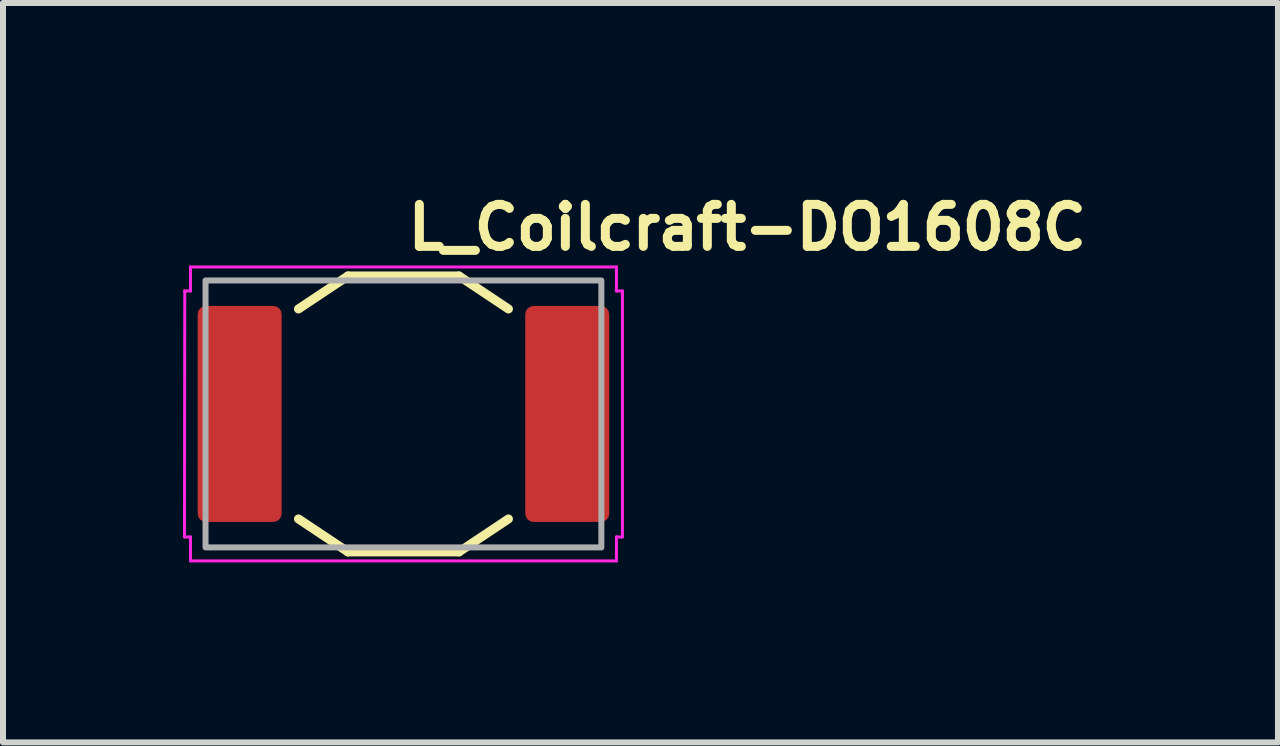
<source format=kicad_pcb>
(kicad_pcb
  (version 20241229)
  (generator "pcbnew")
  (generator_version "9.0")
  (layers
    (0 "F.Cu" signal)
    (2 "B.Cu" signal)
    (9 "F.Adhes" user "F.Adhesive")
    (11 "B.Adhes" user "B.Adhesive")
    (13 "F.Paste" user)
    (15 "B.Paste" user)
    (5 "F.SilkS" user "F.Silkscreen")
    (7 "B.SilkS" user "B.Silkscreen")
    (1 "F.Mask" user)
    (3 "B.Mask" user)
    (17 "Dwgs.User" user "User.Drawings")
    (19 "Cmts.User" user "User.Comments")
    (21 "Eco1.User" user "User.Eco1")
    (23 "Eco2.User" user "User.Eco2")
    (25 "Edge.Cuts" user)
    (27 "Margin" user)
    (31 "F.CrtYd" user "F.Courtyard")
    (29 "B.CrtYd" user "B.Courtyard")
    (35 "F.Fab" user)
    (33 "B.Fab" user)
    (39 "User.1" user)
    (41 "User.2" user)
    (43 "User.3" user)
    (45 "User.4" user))
  (footprint "L_Coilcraft-DO1608C"
    (layer "F.Cu")
    (at 3.675 3.85)
    (property "Reference" "L_Coilcraft-DO1608C" (at 0 -2.7 0) (layer "F.SilkS") (effects (font (size 0.7 0.7) (thickness 0.15)) (justify left bottom)))
    (attr smd)
    (fp_line (start -1.75 -1.75) (end -0.925 -2.3) (stroke (width 0.15) (type solid)) (layer "F.SilkS"))
    (fp_line (start -1.75 1.75) (end -0.925 2.3) (stroke (width 0.15) (type solid)) (layer "F.SilkS"))
    (fp_line (start -0.925 -2.3) (end 0.925 -2.3) (stroke (width 0.15) (type solid)) (layer "F.SilkS"))
    (fp_line (start 0.925 2.3) (end -0.925 2.3) (stroke (width 0.15) (type solid)) (layer "F.SilkS"))
    (fp_line (start 1.75 -1.75) (end 0.925 -2.3) (stroke (width 0.15) (type solid)) (layer "F.SilkS"))
    (fp_line (start 1.75 1.75) (end 0.925 2.3) (stroke (width 0.15) (type solid)) (layer "F.SilkS"))
    (fp_line (start -3.65 2.05) (end -3.55 2.05) (stroke (width 0.05) (type solid)) (layer "F.CrtYd"))
    (fp_line (start -3.645 -2.05) (end -3.65 2.05) (stroke (width 0.05) (type solid)) (layer "F.CrtYd"))
    (fp_line (start -3.55 -2.45) (end -3.55 -2.05) (stroke (width 0.05) (type solid)) (layer "F.CrtYd"))
    (fp_line (start -3.55 -2.45) (end 3.55 -2.45) (stroke (width 0.05) (type solid)) (layer "F.CrtYd"))
    (fp_line (start -3.55 -2.05) (end -3.65 -2.05) (stroke (width 0.05) (type solid)) (layer "F.CrtYd"))
    (fp_line (start -3.55 2.45) (end -3.55 2.05) (stroke (width 0.05) (type solid)) (layer "F.CrtYd"))
    (fp_line (start 3.55 -2.45) (end 3.55 -2.05) (stroke (width 0.05) (type solid)) (layer "F.CrtYd"))
    (fp_line (start 3.55 2.05) (end 3.65 2.05) (stroke (width 0.05) (type solid)) (layer "F.CrtYd"))
    (fp_line (start 3.55 2.45) (end -3.55 2.45) (stroke (width 0.05) (type solid)) (layer "F.CrtYd"))
    (fp_line (start 3.55 2.45) (end 3.55 2.05) (stroke (width 0.05) (type solid)) (layer "F.CrtYd"))
    (fp_line (start 3.65 -2.05) (end 3.55 -2.05) (stroke (width 0.05) (type solid)) (layer "F.CrtYd"))
    (fp_line (start 3.65 2.05) (end 3.65 -2.05) (stroke (width 0.05) (type solid)) (layer "F.CrtYd"))
    (fp_rect (start -3.299 -2.225) (end 3.299 2.225) (stroke (width 0.1) (type solid)) (fill no) (layer "F.Fab"))
    (fp_rect (start -3.299 -2.225) (end 3.299 2.225) (stroke (width 0.1) (type solid)) (fill no) (layer "User.5"))
    (fp_line (start -3.299 -0.64) (end -2.279 -1.312) (stroke (width 0.02) (type solid)) (layer "User.9"))
    (fp_line (start -3.299 0.64) (end -3.299 -0.64) (stroke (width 0.02) (type solid)) (layer "User.9"))
    (fp_line (start -2.279 -1.307) (end -0.89 -2.225) (stroke (width 0.02) (type solid)) (layer "User.9"))
    (fp_line (start -2.279 1.312) (end -3.299 0.64) (stroke (width 0.02) (type solid)) (layer "User.9"))
    (fp_line (start -2.279 1.312) (end -2.279 -1.312) (stroke (width 0.02) (type solid)) (layer "User.9"))
    (fp_line (start -1.97 0) (end -1.965 0.131) (stroke (width 0.02) (type solid)) (layer "User.9"))
    (fp_line (start -1.969 -0.061) (end -1.97 0) (stroke (width 0.02) (type solid)) (layer "User.9"))
    (fp_line (start -1.966 -0.123) (end -1.969 -0.061) (stroke (width 0.02) (type solid)) (layer "User.9"))
    (fp_line (start -1.965 -0.131) (end -1.968 -0.065) (stroke (width 0.02) (type solid)) (layer "User.9"))
    (fp_line (start -1.965 0.131) (end -1.952 0.26) (stroke (width 0.02) (type solid)) (layer "User.9"))
    (fp_line (start -1.961 -0.184) (end -1.966 -0.123) (stroke (width 0.02) (type solid)) (layer "User.9"))
    (fp_line (start -1.96 -0.196) (end -1.965 -0.131) (stroke (width 0.02) (type solid)) (layer "User.9"))
    (fp_line (start -1.954 -0.246) (end -1.961 -0.184) (stroke (width 0.02) (type solid)) (layer "User.9"))
    (fp_line (start -1.952 -0.26) (end -1.96 -0.196) (stroke (width 0.02) (type solid)) (layer "User.9"))
    (fp_line (start -1.952 0.26) (end -1.931 0.388) (stroke (width 0.02) (type solid)) (layer "User.9"))
    (fp_line (start -1.945 -0.306) (end -1.954 -0.246) (stroke (width 0.02) (type solid)) (layer "User.9"))
    (fp_line (start -1.943 -0.325) (end -1.952 -0.26) (stroke (width 0.02) (type solid)) (layer "User.9"))
    (fp_line (start -1.935 -0.367) (end -1.945 -0.306) (stroke (width 0.02) (type solid)) (layer "User.9"))
    (fp_line (start -1.931 -0.388) (end -1.943 -0.325) (stroke (width 0.02) (type solid)) (layer "User.9"))
    (fp_line (start -1.931 0.388) (end -1.901 0.514) (stroke (width 0.02) (type solid)) (layer "User.9"))
    (fp_line (start -1.923 -0.427) (end -1.935 -0.367) (stroke (width 0.02) (type solid)) (layer "User.9"))
    (fp_line (start -1.917 -0.451) (end -1.931 -0.388) (stroke (width 0.02) (type solid)) (layer "User.9"))
    (fp_line (start -1.908 -0.487) (end -1.923 -0.427) (stroke (width 0.02) (type solid)) (layer "User.9"))
    (fp_line (start -1.901 -0.514) (end -1.917 -0.451) (stroke (width 0.02) (type solid)) (layer "User.9"))
    (fp_line (start -1.901 0.514) (end -1.864 0.636) (stroke (width 0.02) (type solid)) (layer "User.9"))
    (fp_line (start -1.892 -0.546) (end -1.908 -0.487) (stroke (width 0.02) (type solid)) (layer "User.9"))
    (fp_line (start -1.884 -0.575) (end -1.901 -0.514) (stroke (width 0.02) (type solid)) (layer "User.9"))
    (fp_line (start -1.874 -0.605) (end -1.892 -0.546) (stroke (width 0.02) (type solid)) (layer "User.9"))
    (fp_line (start -1.864 -0.636) (end -1.884 -0.575) (stroke (width 0.02) (type solid)) (layer "User.9"))
    (fp_line (start -1.864 0.636) (end -1.819 0.756) (stroke (width 0.02) (type solid)) (layer "User.9"))
    (fp_line (start -1.854 -0.663) (end -1.874 -0.605) (stroke (width 0.02) (type solid)) (layer "User.9"))
    (fp_line (start -1.842 -0.696) (end -1.864 -0.636) (stroke (width 0.02) (type solid)) (layer "User.9"))
    (fp_line (start -1.833 -0.721) (end -1.854 -0.663) (stroke (width 0.02) (type solid)) (layer "User.9"))
    (fp_line (start -1.819 -0.756) (end -1.842 -0.696) (stroke (width 0.02) (type solid)) (layer "User.9"))
    (fp_line (start -1.819 0.756) (end -1.766 0.872) (stroke (width 0.02) (type solid)) (layer "User.9"))
    (fp_line (start -1.809 -0.778) (end -1.833 -0.721) (stroke (width 0.02) (type solid)) (layer "User.9"))
    (fp_line (start -1.793 -0.814) (end -1.819 -0.756) (stroke (width 0.02) (type solid)) (layer "User.9"))
    (fp_line (start -1.784 -0.834) (end -1.809 -0.778) (stroke (width 0.02) (type solid)) (layer "User.9"))
    (fp_line (start -1.766 -0.872) (end -1.793 -0.814) (stroke (width 0.02) (type solid)) (layer "User.9"))
    (fp_line (start -1.766 0.872) (end -1.706 0.985) (stroke (width 0.02) (type solid)) (layer "User.9"))
    (fp_line (start -1.757 -0.889) (end -1.784 -0.834) (stroke (width 0.02) (type solid)) (layer "User.9"))
    (fp_line (start -1.737 -0.929) (end -1.766 -0.872) (stroke (width 0.02) (type solid)) (layer "User.9"))
    (fp_line (start -1.728 -0.944) (end -1.757 -0.889) (stroke (width 0.02) (type solid)) (layer "User.9"))
    (fp_line (start -1.706 -0.985) (end -1.737 -0.929) (stroke (width 0.02) (type solid)) (layer "User.9"))
    (fp_line (start -1.706 0.985) (end -1.638 1.093) (stroke (width 0.02) (type solid)) (layer "User.9"))
    (fp_line (start -1.679 -1.029) (end -1.728 -0.944) (stroke (width 0.02) (type solid)) (layer "User.9"))
    (fp_line (start -1.673 -1.039) (end -1.706 -0.985) (stroke (width 0.02) (type solid)) (layer "User.9"))
    (fp_line (start -1.638 -1.093) (end -1.673 -1.039) (stroke (width 0.02) (type solid)) (layer "User.9"))
    (fp_line (start -1.638 1.093) (end -1.564 1.197) (stroke (width 0.02) (type solid)) (layer "User.9"))
    (fp_line (start -1.627 -1.11) (end -1.679 -1.029) (stroke (width 0.02) (type solid)) (layer "User.9"))
    (fp_line (start -1.602 -1.145) (end -1.638 -1.093) (stroke (width 0.02) (type solid)) (layer "User.9"))
    (fp_line (start -1.57 -1.189) (end -1.627 -1.11) (stroke (width 0.02) (type solid)) (layer "User.9"))
    (fp_line (start -1.564 -1.197) (end -1.602 -1.145) (stroke (width 0.02) (type solid)) (layer "User.9"))
    (fp_line (start -1.564 1.197) (end -1.483 1.296) (stroke (width 0.02) (type solid)) (layer "User.9"))
    (fp_line (start -1.524 -1.247) (end -1.564 -1.197) (stroke (width 0.02) (type solid)) (layer "User.9"))
    (fp_line (start -1.51 -1.265) (end -1.57 -1.189) (stroke (width 0.02) (type solid)) (layer "User.9"))
    (fp_line (start -1.483 -1.296) (end -1.524 -1.247) (stroke (width 0.02) (type solid)) (layer "User.9"))
    (fp_line (start -1.483 1.296) (end -1.396 1.39) (stroke (width 0.02) (type solid)) (layer "User.9"))
    (fp_line (start -1.446 -1.337) (end -1.51 -1.265) (stroke (width 0.02) (type solid)) (layer "User.9"))
    (fp_line (start -1.44 -1.343) (end -1.483 -1.296) (stroke (width 0.02) (type solid)) (layer "User.9"))
    (fp_line (start -1.396 -1.39) (end -1.44 -1.343) (stroke (width 0.02) (type solid)) (layer "User.9"))
    (fp_line (start -1.396 1.39) (end -1.302 1.478) (stroke (width 0.02) (type solid)) (layer "User.9"))
    (fp_line (start -1.379 -1.406) (end -1.446 -1.337) (stroke (width 0.02) (type solid)) (layer "User.9"))
    (fp_line (start -1.349 -1.434) (end -1.396 -1.39) (stroke (width 0.02) (type solid)) (layer "User.9"))
    (fp_line (start -1.309 -1.472) (end -1.379 -1.406) (stroke (width 0.02) (type solid)) (layer "User.9"))
    (fp_line (start -1.302 -1.478) (end -1.349 -1.434) (stroke (width 0.02) (type solid)) (layer "User.9"))
    (fp_line (start -1.302 1.478) (end -1.202 1.56) (stroke (width 0.02) (type solid)) (layer "User.9"))
    (fp_line (start -1.253 -1.52) (end -1.302 -1.478) (stroke (width 0.02) (type solid)) (layer "User.9"))
    (fp_line (start -1.235 -1.534) (end -1.309 -1.472) (stroke (width 0.02) (type solid)) (layer "User.9"))
    (fp_line (start -1.202 -1.56) (end -1.253 -1.52) (stroke (width 0.02) (type solid)) (layer "User.9"))
    (fp_line (start -1.202 1.56) (end -1.096 1.636) (stroke (width 0.02) (type solid)) (layer "User.9"))
    (fp_line (start -1.159 -1.592) (end -1.235 -1.534) (stroke (width 0.02) (type solid)) (layer "User.9"))
    (fp_line (start -1.15 -1.599) (end -1.202 -1.56) (stroke (width 0.02) (type solid)) (layer "User.9"))
    (fp_line (start -1.096 -1.636) (end -1.15 -1.599) (stroke (width 0.02) (type solid)) (layer "User.9"))
    (fp_line (start -1.096 1.636) (end -0.985 1.706) (stroke (width 0.02) (type solid)) (layer "User.9"))
    (fp_line (start -1.08 -1.647) (end -1.159 -1.592) (stroke (width 0.02) (type solid)) (layer "User.9"))
    (fp_line (start -1.041 -1.672) (end -1.096 -1.636) (stroke (width 0.02) (type solid)) (layer "User.9"))
    (fp_line (start -0.998 -1.698) (end -1.08 -1.647) (stroke (width 0.02) (type solid)) (layer "User.9"))
    (fp_line (start -0.985 -1.706) (end -1.041 -1.672) (stroke (width 0.02) (type solid)) (layer "User.9"))
    (fp_line (start -0.985 1.706) (end -0.869 1.767) (stroke (width 0.02) (type solid)) (layer "User.9"))
    (fp_line (start -0.944 1.728) (end -0.857 1.773) (stroke (width 0.02) (type solid)) (layer "User.9"))
    (fp_line (start -0.914 -1.744) (end -0.998 -1.698) (stroke (width 0.02) (type solid)) (layer "User.9"))
    (fp_line (start -0.89 -2.225) (end 0.89 -2.225) (stroke (width 0.02) (type solid)) (layer "User.9"))
    (fp_line (start -0.89 2.225) (end -2.279 1.307) (stroke (width 0.02) (type solid)) (layer "User.9"))
    (fp_line (start -0.869 -1.767) (end -0.985 -1.706) (stroke (width 0.02) (type solid)) (layer "User.9"))
    (fp_line (start -0.869 1.767) (end -0.75 1.821) (stroke (width 0.02) (type solid)) (layer "User.9"))
    (fp_line (start -0.857 1.773) (end -0.768 1.813) (stroke (width 0.02) (type solid)) (layer "User.9"))
    (fp_line (start -0.827 -1.787) (end -0.914 -1.744) (stroke (width 0.02) (type solid)) (layer "User.9"))
    (fp_line (start -0.768 1.813) (end -0.678 1.849) (stroke (width 0.02) (type solid)) (layer "User.9"))
    (fp_line (start -0.75 -1.821) (end -0.869 -1.767) (stroke (width 0.02) (type solid)) (layer "User.9"))
    (fp_line (start -0.75 1.821) (end -0.629 1.866) (stroke (width 0.02) (type solid)) (layer "User.9"))
    (fp_line (start -0.738 -1.826) (end -0.827 -1.787) (stroke (width 0.02) (type solid)) (layer "User.9"))
    (fp_line (start -0.678 1.849) (end -0.587 1.88) (stroke (width 0.02) (type solid)) (layer "User.9"))
    (fp_line (start -0.647 -1.86) (end -0.738 -1.826) (stroke (width 0.02) (type solid)) (layer "User.9"))
    (fp_line (start -0.629 -1.866) (end -0.75 -1.821) (stroke (width 0.02) (type solid)) (layer "User.9"))
    (fp_line (start -0.629 1.866) (end -0.505 1.904) (stroke (width 0.02) (type solid)) (layer "User.9"))
    (fp_line (start -0.587 1.88) (end -0.494 1.906) (stroke (width 0.02) (type solid)) (layer "User.9"))
    (fp_line (start -0.554 -1.89) (end -0.647 -1.86) (stroke (width 0.02) (type solid)) (layer "User.9"))
    (fp_line (start -0.505 -1.904) (end -0.629 -1.866) (stroke (width 0.02) (type solid)) (layer "User.9"))
    (fp_line (start -0.505 1.904) (end -0.38 1.932) (stroke (width 0.02) (type solid)) (layer "User.9"))
    (fp_line (start -0.494 1.906) (end -0.4 1.928) (stroke (width 0.02) (type solid)) (layer "User.9"))
    (fp_line (start -0.46 -1.915) (end -0.554 -1.89) (stroke (width 0.02) (type solid)) (layer "User.9"))
    (fp_line (start -0.4 1.928) (end -0.306 1.946) (stroke (width 0.02) (type solid)) (layer "User.9"))
    (fp_line (start -0.38 -1.932) (end -0.505 -1.904) (stroke (width 0.02) (type solid)) (layer "User.9"))
    (fp_line (start -0.38 1.932) (end -0.254 1.953) (stroke (width 0.02) (type solid)) (layer "User.9"))
    (fp_line (start -0.365 -1.935) (end -0.46 -1.915) (stroke (width 0.02) (type solid)) (layer "User.9"))
    (fp_line (start -0.306 1.946) (end -0.21 1.958) (stroke (width 0.02) (type solid)) (layer "User.9"))
    (fp_line (start -0.269 -1.951) (end -0.365 -1.935) (stroke (width 0.02) (type solid)) (layer "User.9"))
    (fp_line (start -0.254 -1.953) (end -0.38 -1.932) (stroke (width 0.02) (type solid)) (layer "User.9"))
    (fp_line (start -0.254 1.953) (end -0.127 1.965) (stroke (width 0.02) (type solid)) (layer "User.9"))
    (fp_line (start -0.21 1.958) (end -0.115 1.966) (stroke (width 0.02) (type solid)) (layer "User.9"))
    (fp_line (start -0.173 -1.962) (end -0.269 -1.951) (stroke (width 0.02) (type solid)) (layer "User.9"))
    (fp_line (start -0.127 -1.965) (end -0.254 -1.953) (stroke (width 0.02) (type solid)) (layer "User.9"))
    (fp_line (start -0.127 1.965) (end 0 1.97) (stroke (width 0.02) (type solid)) (layer "User.9"))
    (fp_line (start -0.115 1.966) (end -0.019 1.969) (stroke (width 0.02) (type solid)) (layer "User.9"))
    (fp_line (start -0.077 -1.968) (end -0.173 -1.962) (stroke (width 0.02) (type solid)) (layer "User.9"))
    (fp_line (start -0.019 1.969) (end 0.077 1.968) (stroke (width 0.02) (type solid)) (layer "User.9"))
    (fp_line (start 0 -1.97) (end -0.127 -1.965) (stroke (width 0.02) (type solid)) (layer "User.9"))
    (fp_line (start 0 1.97) (end 0.127 1.965) (stroke (width 0.02) (type solid)) (layer "User.9"))
    (fp_line (start 0.019 -1.969) (end -0.077 -1.968) (stroke (width 0.02) (type solid)) (layer "User.9"))
    (fp_line (start 0.077 1.968) (end 0.173 1.962) (stroke (width 0.02) (type solid)) (layer "User.9"))
    (fp_line (start 0.115 -1.966) (end 0.019 -1.969) (stroke (width 0.02) (type solid)) (layer "User.9"))
    (fp_line (start 0.127 -1.965) (end 0 -1.97) (stroke (width 0.02) (type solid)) (layer "User.9"))
    (fp_line (start 0.127 1.965) (end 0.254 1.953) (stroke (width 0.02) (type solid)) (layer "User.9"))
    (fp_line (start 0.173 1.962) (end 0.269 1.951) (stroke (width 0.02) (type solid)) (layer "User.9"))
    (fp_line (start 0.21 -1.958) (end 0.115 -1.966) (stroke (width 0.02) (type solid)) (layer "User.9"))
    (fp_line (start 0.254 -1.953) (end 0.127 -1.965) (stroke (width 0.02) (type solid)) (layer "User.9"))
    (fp_line (start 0.254 1.953) (end 0.38 1.932) (stroke (width 0.02) (type solid)) (layer "User.9"))
    (fp_line (start 0.269 1.951) (end 0.365 1.935) (stroke (width 0.02) (type solid)) (layer "User.9"))
    (fp_line (start 0.306 -1.946) (end 0.21 -1.958) (stroke (width 0.02) (type solid)) (layer "User.9"))
    (fp_line (start 0.365 1.935) (end 0.46 1.915) (stroke (width 0.02) (type solid)) (layer "User.9"))
    (fp_line (start 0.38 -1.932) (end 0.254 -1.953) (stroke (width 0.02) (type solid)) (layer "User.9"))
    (fp_line (start 0.38 1.932) (end 0.505 1.904) (stroke (width 0.02) (type solid)) (layer "User.9"))
    (fp_line (start 0.4 -1.928) (end 0.306 -1.946) (stroke (width 0.02) (type solid)) (layer "User.9"))
    (fp_line (start 0.46 1.915) (end 0.554 1.89) (stroke (width 0.02) (type solid)) (layer "User.9"))
    (fp_line (start 0.494 -1.906) (end 0.4 -1.928) (stroke (width 0.02) (type solid)) (layer "User.9"))
    (fp_line (start 0.505 -1.904) (end 0.38 -1.932) (stroke (width 0.02) (type solid)) (layer "User.9"))
    (fp_line (start 0.505 1.904) (end 0.629 1.866) (stroke (width 0.02) (type solid)) (layer "User.9"))
    (fp_line (start 0.554 1.89) (end 0.647 1.86) (stroke (width 0.02) (type solid)) (layer "User.9"))
    (fp_line (start 0.587 -1.88) (end 0.494 -1.906) (stroke (width 0.02) (type solid)) (layer "User.9"))
    (fp_line (start 0.629 -1.866) (end 0.505 -1.904) (stroke (width 0.02) (type solid)) (layer "User.9"))
    (fp_line (start 0.629 1.866) (end 0.75 1.821) (stroke (width 0.02) (type solid)) (layer "User.9"))
    (fp_line (start 0.647 1.86) (end 0.738 1.826) (stroke (width 0.02) (type solid)) (layer "User.9"))
    (fp_line (start 0.678 -1.849) (end 0.587 -1.88) (stroke (width 0.02) (type solid)) (layer "User.9"))
    (fp_line (start 0.738 1.826) (end 0.827 1.787) (stroke (width 0.02) (type solid)) (layer "User.9"))
    (fp_line (start 0.75 -1.821) (end 0.629 -1.866) (stroke (width 0.02) (type solid)) (layer "User.9"))
    (fp_line (start 0.75 1.821) (end 0.869 1.767) (stroke (width 0.02) (type solid)) (layer "User.9"))
    (fp_line (start 0.768 -1.813) (end 0.678 -1.849) (stroke (width 0.02) (type solid)) (layer "User.9"))
    (fp_line (start 0.827 1.787) (end 0.914 1.744) (stroke (width 0.02) (type solid)) (layer "User.9"))
    (fp_line (start 0.857 -1.773) (end 0.768 -1.813) (stroke (width 0.02) (type solid)) (layer "User.9"))
    (fp_line (start 0.869 -1.767) (end 0.75 -1.821) (stroke (width 0.02) (type solid)) (layer "User.9"))
    (fp_line (start 0.869 1.767) (end 0.985 1.706) (stroke (width 0.02) (type solid)) (layer "User.9"))
    (fp_line (start 0.89 -2.225) (end 2.279 -1.307) (stroke (width 0.02) (type solid)) (layer "User.9"))
    (fp_line (start 0.89 2.225) (end -0.89 2.225) (stroke (width 0.02) (type solid)) (layer "User.9"))
    (fp_line (start 0.914 1.744) (end 0.998 1.698) (stroke (width 0.02) (type solid)) (layer "User.9"))
    (fp_line (start 0.944 -1.728) (end 0.857 -1.773) (stroke (width 0.02) (type solid)) (layer "User.9"))
    (fp_line (start 0.985 -1.706) (end 0.869 -1.767) (stroke (width 0.02) (type solid)) (layer "User.9"))
    (fp_line (start 0.985 1.706) (end 1.041 1.672) (stroke (width 0.02) (type solid)) (layer "User.9"))
    (fp_line (start 0.998 1.698) (end 1.08 1.647) (stroke (width 0.02) (type solid)) (layer "User.9"))
    (fp_line (start 1.041 1.672) (end 1.096 1.636) (stroke (width 0.02) (type solid)) (layer "User.9"))
    (fp_line (start 1.08 1.647) (end 1.159 1.592) (stroke (width 0.02) (type solid)) (layer "User.9"))
    (fp_line (start 1.096 -1.636) (end 0.985 -1.706) (stroke (width 0.02) (type solid)) (layer "User.9"))
    (fp_line (start 1.096 1.636) (end 1.15 1.599) (stroke (width 0.02) (type solid)) (layer "User.9"))
    (fp_line (start 1.15 1.599) (end 1.202 1.56) (stroke (width 0.02) (type solid)) (layer "User.9"))
    (fp_line (start 1.159 1.592) (end 1.235 1.534) (stroke (width 0.02) (type solid)) (layer "User.9"))
    (fp_line (start 1.202 -1.56) (end 1.096 -1.636) (stroke (width 0.02) (type solid)) (layer "User.9"))
    (fp_line (start 1.202 1.56) (end 1.253 1.52) (stroke (width 0.02) (type solid)) (layer "User.9"))
    (fp_line (start 1.235 1.534) (end 1.309 1.472) (stroke (width 0.02) (type solid)) (layer "User.9"))
    (fp_line (start 1.253 1.52) (end 1.302 1.478) (stroke (width 0.02) (type solid)) (layer "User.9"))
    (fp_line (start 1.302 -1.478) (end 1.202 -1.56) (stroke (width 0.02) (type solid)) (layer "User.9"))
    (fp_line (start 1.302 1.478) (end 1.349 1.434) (stroke (width 0.02) (type solid)) (layer "User.9"))
    (fp_line (start 1.309 1.472) (end 1.379 1.406) (stroke (width 0.02) (type solid)) (layer "User.9"))
    (fp_line (start 1.349 1.434) (end 1.396 1.39) (stroke (width 0.02) (type solid)) (layer "User.9"))
    (fp_line (start 1.379 1.406) (end 1.446 1.337) (stroke (width 0.02) (type solid)) (layer "User.9"))
    (fp_line (start 1.396 -1.39) (end 1.302 -1.478) (stroke (width 0.02) (type solid)) (layer "User.9"))
    (fp_line (start 1.396 1.39) (end 1.44 1.343) (stroke (width 0.02) (type solid)) (layer "User.9"))
    (fp_line (start 1.44 1.343) (end 1.483 1.296) (stroke (width 0.02) (type solid)) (layer "User.9"))
    (fp_line (start 1.446 1.337) (end 1.51 1.265) (stroke (width 0.02) (type solid)) (layer "User.9"))
    (fp_line (start 1.483 -1.296) (end 1.396 -1.39) (stroke (width 0.02) (type solid)) (layer "User.9"))
    (fp_line (start 1.483 1.296) (end 1.524 1.247) (stroke (width 0.02) (type solid)) (layer "User.9"))
    (fp_line (start 1.51 1.265) (end 1.57 1.189) (stroke (width 0.02) (type solid)) (layer "User.9"))
    (fp_line (start 1.524 1.247) (end 1.564 1.197) (stroke (width 0.02) (type solid)) (layer "User.9"))
    (fp_line (start 1.564 -1.197) (end 1.483 -1.296) (stroke (width 0.02) (type solid)) (layer "User.9"))
    (fp_line (start 1.564 1.197) (end 1.602 1.145) (stroke (width 0.02) (type solid)) (layer "User.9"))
    (fp_line (start 1.57 1.189) (end 1.627 1.11) (stroke (width 0.02) (type solid)) (layer "User.9"))
    (fp_line (start 1.602 1.145) (end 1.638 1.093) (stroke (width 0.02) (type solid)) (layer "User.9"))
    (fp_line (start 1.627 1.11) (end 1.679 1.029) (stroke (width 0.02) (type solid)) (layer "User.9"))
    (fp_line (start 1.638 -1.093) (end 1.564 -1.197) (stroke (width 0.02) (type solid)) (layer "User.9"))
    (fp_line (start 1.638 1.093) (end 1.673 1.039) (stroke (width 0.02) (type solid)) (layer "User.9"))
    (fp_line (start 1.673 1.039) (end 1.706 0.985) (stroke (width 0.02) (type solid)) (layer "User.9"))
    (fp_line (start 1.679 1.029) (end 1.728 0.944) (stroke (width 0.02) (type solid)) (layer "User.9"))
    (fp_line (start 1.706 -0.985) (end 1.638 -1.093) (stroke (width 0.02) (type solid)) (layer "User.9"))
    (fp_line (start 1.706 0.985) (end 1.737 0.929) (stroke (width 0.02) (type solid)) (layer "User.9"))
    (fp_line (start 1.728 0.944) (end 1.757 0.889) (stroke (width 0.02) (type solid)) (layer "User.9"))
    (fp_line (start 1.737 0.929) (end 1.766 0.872) (stroke (width 0.02) (type solid)) (layer "User.9"))
    (fp_line (start 1.757 0.889) (end 1.784 0.834) (stroke (width 0.02) (type solid)) (layer "User.9"))
    (fp_line (start 1.766 -0.872) (end 1.706 -0.985) (stroke (width 0.02) (type solid)) (layer "User.9"))
    (fp_line (start 1.766 0.872) (end 1.793 0.814) (stroke (width 0.02) (type solid)) (layer "User.9"))
    (fp_line (start 1.784 0.834) (end 1.809 0.778) (stroke (width 0.02) (type solid)) (layer "User.9"))
    (fp_line (start 1.793 0.814) (end 1.819 0.756) (stroke (width 0.02) (type solid)) (layer "User.9"))
    (fp_line (start 1.809 0.778) (end 1.833 0.721) (stroke (width 0.02) (type solid)) (layer "User.9"))
    (fp_line (start 1.819 -0.756) (end 1.766 -0.872) (stroke (width 0.02) (type solid)) (layer "User.9"))
    (fp_line (start 1.819 0.756) (end 1.842 0.696) (stroke (width 0.02) (type solid)) (layer "User.9"))
    (fp_line (start 1.833 0.721) (end 1.854 0.663) (stroke (width 0.02) (type solid)) (layer "User.9"))
    (fp_line (start 1.842 0.696) (end 1.864 0.636) (stroke (width 0.02) (type solid)) (layer "User.9"))
    (fp_line (start 1.854 0.663) (end 1.874 0.605) (stroke (width 0.02) (type solid)) (layer "User.9"))
    (fp_line (start 1.864 -0.636) (end 1.819 -0.756) (stroke (width 0.02) (type solid)) (layer "User.9"))
    (fp_line (start 1.864 0.636) (end 1.884 0.575) (stroke (width 0.02) (type solid)) (layer "User.9"))
    (fp_line (start 1.874 0.605) (end 1.892 0.546) (stroke (width 0.02) (type solid)) (layer "User.9"))
    (fp_line (start 1.884 0.575) (end 1.901 0.514) (stroke (width 0.02) (type solid)) (layer "User.9"))
    (fp_line (start 1.892 0.546) (end 1.908 0.487) (stroke (width 0.02) (type solid)) (layer "User.9"))
    (fp_line (start 1.901 -0.514) (end 1.864 -0.636) (stroke (width 0.02) (type solid)) (layer "User.9"))
    (fp_line (start 1.901 0.514) (end 1.917 0.451) (stroke (width 0.02) (type solid)) (layer "User.9"))
    (fp_line (start 1.908 0.487) (end 1.923 0.427) (stroke (width 0.02) (type solid)) (layer "User.9"))
    (fp_line (start 1.917 0.451) (end 1.931 0.388) (stroke (width 0.02) (type solid)) (layer "User.9"))
    (fp_line (start 1.923 0.427) (end 1.935 0.367) (stroke (width 0.02) (type solid)) (layer "User.9"))
    (fp_line (start 1.931 -0.388) (end 1.901 -0.514) (stroke (width 0.02) (type solid)) (layer "User.9"))
    (fp_line (start 1.931 0.388) (end 1.943 0.325) (stroke (width 0.02) (type solid)) (layer "User.9"))
    (fp_line (start 1.935 0.367) (end 1.945 0.306) (stroke (width 0.02) (type solid)) (layer "User.9"))
    (fp_line (start 1.943 0.325) (end 1.952 0.26) (stroke (width 0.02) (type solid)) (layer "User.9"))
    (fp_line (start 1.945 0.306) (end 1.954 0.246) (stroke (width 0.02) (type solid)) (layer "User.9"))
    (fp_line (start 1.952 -0.26) (end 1.931 -0.388) (stroke (width 0.02) (type solid)) (layer "User.9"))
    (fp_line (start 1.952 0.26) (end 1.96 0.196) (stroke (width 0.02) (type solid)) (layer "User.9"))
    (fp_line (start 1.954 0.246) (end 1.961 0.184) (stroke (width 0.02) (type solid)) (layer "User.9"))
    (fp_line (start 1.96 0.196) (end 1.965 0.131) (stroke (width 0.02) (type solid)) (layer "User.9"))
    (fp_line (start 1.961 0.184) (end 1.966 0.123) (stroke (width 0.02) (type solid)) (layer "User.9"))
    (fp_line (start 1.965 -0.131) (end 1.952 -0.26) (stroke (width 0.02) (type solid)) (layer "User.9"))
    (fp_line (start 1.965 0.131) (end 1.968 0.065) (stroke (width 0.02) (type solid)) (layer "User.9"))
    (fp_line (start 1.966 0.123) (end 1.969 0.061) (stroke (width 0.02) (type solid)) (layer "User.9"))
    (fp_line (start 1.968 0.065) (end 1.97 0) (stroke (width 0.02) (type solid)) (layer "User.9"))
    (fp_line (start 1.97 0) (end 1.965 -0.131) (stroke (width 0.02) (type solid)) (layer "User.9"))
    (fp_line (start 2.279 -1.312) (end 2.279 1.312) (stroke (width 0.02) (type solid)) (layer "User.9"))
    (fp_line (start 2.279 1.307) (end 0.89 2.225) (stroke (width 0.02) (type solid)) (layer "User.9"))
    (fp_line (start 3.299 -0.64) (end 2.279 -1.312) (stroke (width 0.02) (type solid)) (layer "User.9"))
    (fp_line (start 3.299 -0.64) (end 3.299 0.64) (stroke (width 0.02) (type solid)) (layer "User.9"))
    (fp_line (start 3.299 0.64) (end 2.279 1.312) (stroke (width 0.02) (type solid)) (layer "User.9"))
    (pad "1" smd roundrect (at -2.73 0) (size 1.4 3.6) (layers "F.Cu" "F.Mask" "F.Paste") (roundrect_rratio 0.1))
    (pad "2" smd roundrect (at 2.73 0) (size 1.4 3.6) (layers "F.Cu" "F.Mask" "F.Paste") (roundrect_rratio 0.1)))
  (gr_rect
    (start -3 -3)
    (end 18.252 9.325)
    (stroke (width 0.1) (type default))
    (fill no)
    (layer "Edge.Cuts")))
</source>
